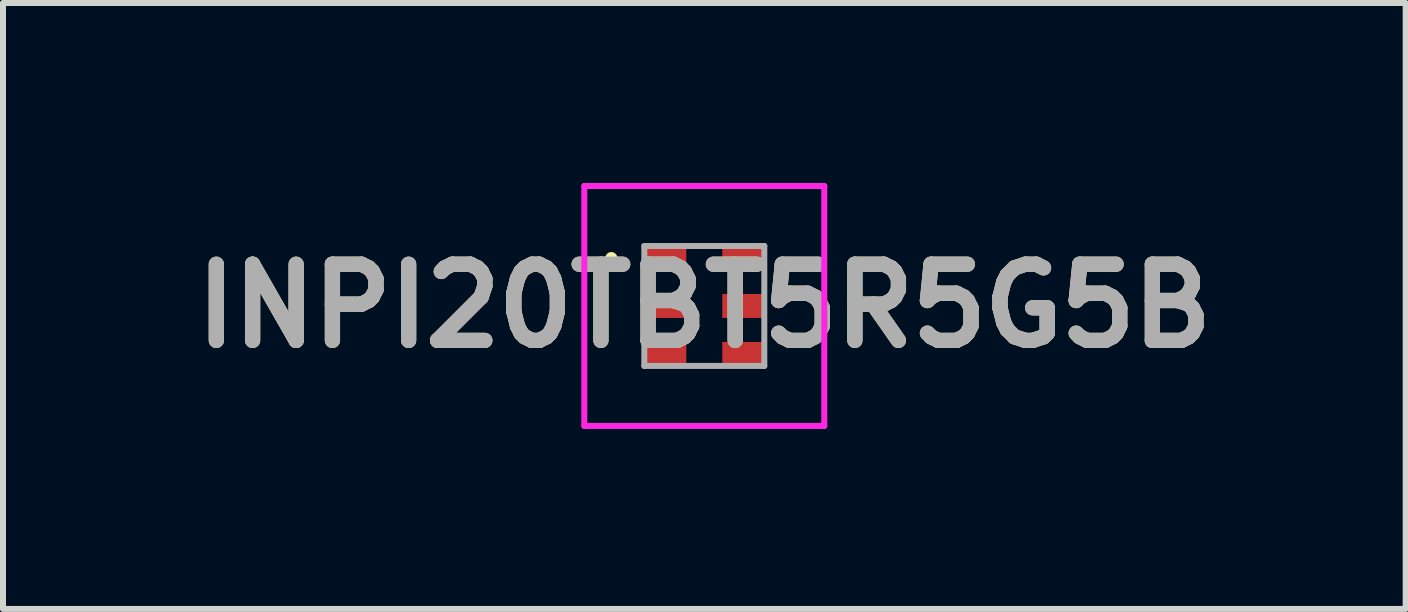
<source format=kicad_pcb>
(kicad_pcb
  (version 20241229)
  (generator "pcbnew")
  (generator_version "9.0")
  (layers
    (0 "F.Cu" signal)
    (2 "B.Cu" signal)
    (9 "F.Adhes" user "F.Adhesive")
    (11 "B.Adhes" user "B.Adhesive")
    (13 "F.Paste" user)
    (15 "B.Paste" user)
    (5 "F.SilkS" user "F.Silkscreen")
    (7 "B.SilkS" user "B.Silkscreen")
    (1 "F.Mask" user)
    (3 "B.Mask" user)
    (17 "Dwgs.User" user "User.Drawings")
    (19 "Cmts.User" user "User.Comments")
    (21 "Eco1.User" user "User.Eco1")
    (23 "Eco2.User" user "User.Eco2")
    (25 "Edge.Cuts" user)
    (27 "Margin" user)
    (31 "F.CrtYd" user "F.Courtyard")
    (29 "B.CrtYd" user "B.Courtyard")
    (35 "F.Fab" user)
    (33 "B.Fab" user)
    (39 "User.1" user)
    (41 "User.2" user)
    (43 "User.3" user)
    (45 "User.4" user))
  (footprint "INPI20TBT5R5G5B"
    (layer "F.Cu")
    (at 8.69 2.05)
    (property "Reference" "INPI20TBT5R5G5B" (at 0 0 0) (layer "F.SilkS") (effects (font (size 1.27 1.27) (thickness 0.254))))
    (attr smd)
    (fp_line (start -1.6 -0.8) (end -1.6 -0.8) (stroke (width 0.1) (type solid)) (layer "F.SilkS"))
    (fp_line (start -1.5 -0.8) (end -1.5 -0.8) (stroke (width 0.1) (type solid)) (layer "F.SilkS"))
    (fp_arc (start -1.6 -0.8) (mid -1.55 -0.85) (end -1.5 -0.8) (stroke (width 0.1) (type solid)) (layer "F.SilkS"))
    (fp_arc (start -1.5 -0.8) (mid -1.55 -0.75) (end -1.6 -0.8) (stroke (width 0.1) (type solid)) (layer "F.SilkS"))
    (fp_line (start -2 -2) (end 2 -2) (stroke (width 0.1) (type solid)) (layer "F.CrtYd"))
    (fp_line (start -2 2) (end -2 -2) (stroke (width 0.1) (type solid)) (layer "F.CrtYd"))
    (fp_line (start 2 -2) (end 2 2) (stroke (width 0.1) (type solid)) (layer "F.CrtYd"))
    (fp_line (start 2 2) (end -2 2) (stroke (width 0.1) (type solid)) (layer "F.CrtYd"))
    (fp_line (start -1 -1) (end 1 -1) (stroke (width 0.1) (type solid)) (layer "F.Fab"))
    (fp_line (start -1 1) (end -1 -1) (stroke (width 0.1) (type solid)) (layer "F.Fab"))
    (fp_line (start 1 -1) (end 1 1) (stroke (width 0.1) (type solid)) (layer "F.Fab"))
    (fp_line (start 1 1) (end -1 1) (stroke (width 0.1) (type solid)) (layer "F.Fab"))
    (fp_text user "${REFERENCE}" (at 0 0 0) (layer "F.Fab") (effects (font (size 1.27 1.27) (thickness 0.254))))
    (pad "1" smd rect (at -0.65 -0.8 90) (size 0.4 0.7) (layers "F.Cu" "F.Mask" "F.Paste"))
    (pad "2" smd rect (at -0.65 0 90) (size 0.4 0.7) (layers "F.Cu" "F.Mask" "F.Paste"))
    (pad "3" smd rect (at -0.65 0.8 90) (size 0.4 0.7) (layers "F.Cu" "F.Mask" "F.Paste"))
    (pad "4" smd rect (at 0.65 0.8 90) (size 0.4 0.7) (layers "F.Cu" "F.Mask" "F.Paste"))
    (pad "5" smd rect (at 0.65 0 90) (size 0.4 0.7) (layers "F.Cu" "F.Mask" "F.Paste"))
    (pad "6" smd rect (at 0.65 -0.8 90) (size 0.4 0.7) (layers "F.Cu" "F.Mask" "F.Paste")))
  (gr_rect
    (start -3 -3)
    (end 20.381 7.1)
    (stroke (width 0.1) (type default))
    (fill no)
    (layer "Edge.Cuts")))
</source>
